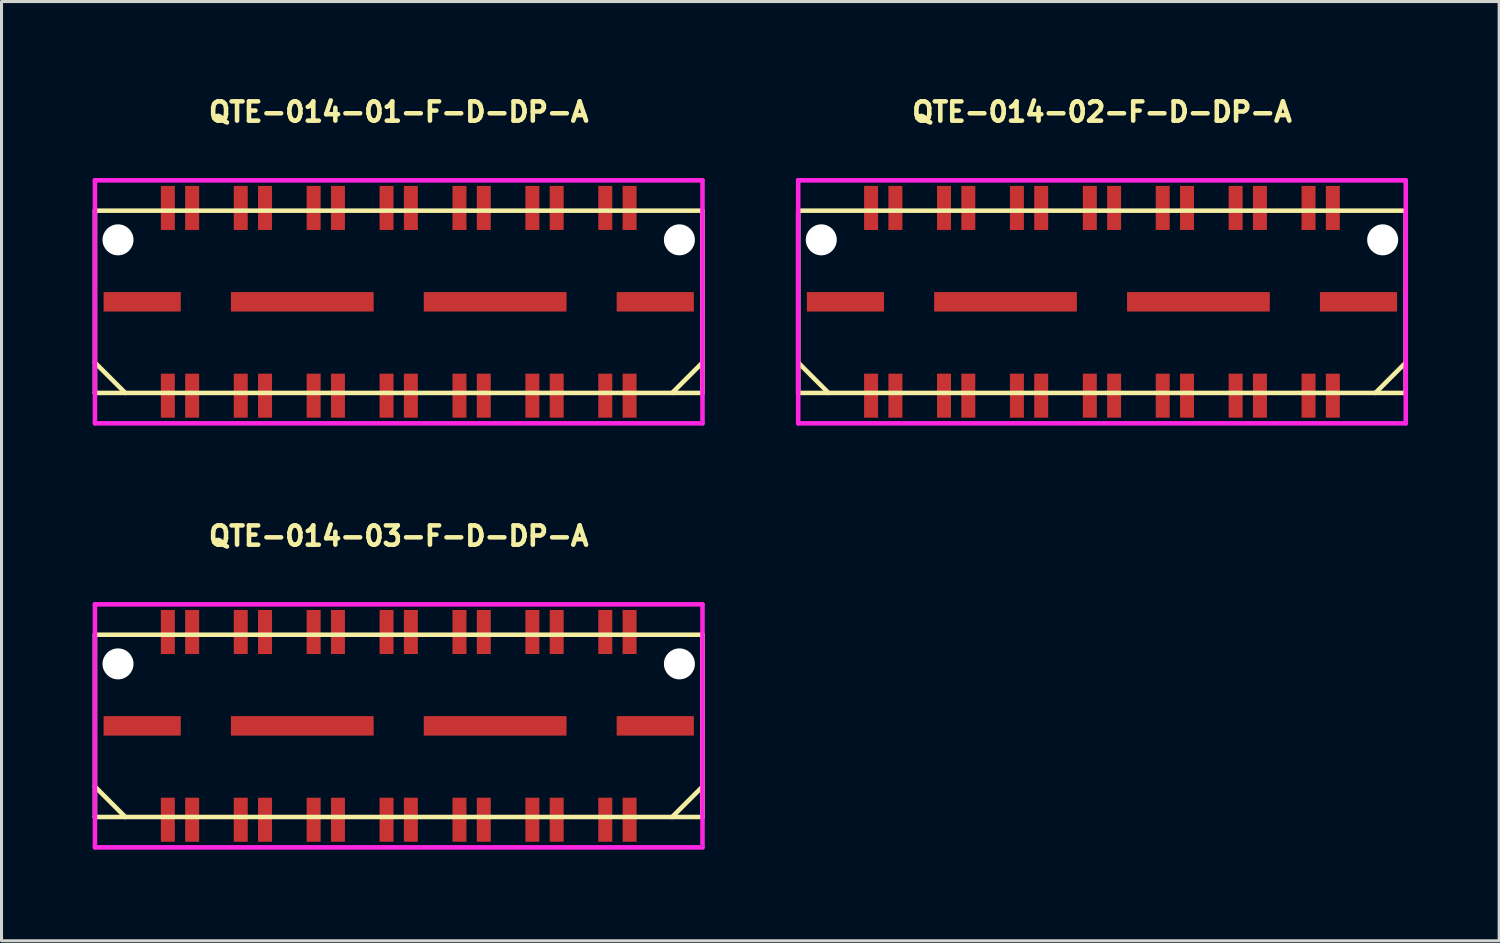
<source format=kicad_pcb>
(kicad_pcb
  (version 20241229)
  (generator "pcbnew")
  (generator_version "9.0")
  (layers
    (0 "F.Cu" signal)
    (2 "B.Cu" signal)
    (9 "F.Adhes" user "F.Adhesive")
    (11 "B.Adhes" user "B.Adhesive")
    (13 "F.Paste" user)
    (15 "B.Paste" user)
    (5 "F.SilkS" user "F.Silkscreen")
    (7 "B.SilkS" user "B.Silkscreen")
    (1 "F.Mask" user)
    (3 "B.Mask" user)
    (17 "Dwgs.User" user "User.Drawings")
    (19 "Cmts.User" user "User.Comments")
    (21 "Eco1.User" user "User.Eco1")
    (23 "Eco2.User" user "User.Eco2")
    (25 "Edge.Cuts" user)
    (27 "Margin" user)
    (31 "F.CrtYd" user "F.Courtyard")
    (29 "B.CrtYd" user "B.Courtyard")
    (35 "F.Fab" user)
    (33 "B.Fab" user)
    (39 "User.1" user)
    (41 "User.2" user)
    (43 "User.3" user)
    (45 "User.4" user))
  (footprint "QTE-014-03-F-D-DP-A"
    (layer "F.Cu")
    (at 10.075 20.844)
    (property "Reference" "QTE-014-03-F-D-DP-A" (at 0 -6.25 0) (layer "F.SilkS") (effects (font (size 0.635 0.635) (thickness 0.15))))
    (attr smd)
    (fp_line (start -10 -3) (end 10 -3) (stroke (width 0.15) (type solid)) (layer "F.SilkS"))
    (fp_line (start -10 2) (end -9 3) (stroke (width 0.15) (type solid)) (layer "F.SilkS"))
    (fp_line (start -10 3) (end -10 -3) (stroke (width 0.15) (type solid)) (layer "F.SilkS"))
    (fp_line (start 10 -3) (end 10 3) (stroke (width 0.15) (type solid)) (layer "F.SilkS"))
    (fp_line (start 10 2) (end 9 3) (stroke (width 0.15) (type solid)) (layer "F.SilkS"))
    (fp_line (start 10 3) (end -10 3) (stroke (width 0.15) (type solid)) (layer "F.SilkS"))
    (fp_line (start -10 -4) (end 10 -4) (stroke (width 0.15) (type solid)) (layer "F.CrtYd"))
    (fp_line (start -10 4) (end -10 -4) (stroke (width 0.15) (type solid)) (layer "F.CrtYd"))
    (fp_line (start 10 -4) (end 10 4) (stroke (width 0.15) (type solid)) (layer "F.CrtYd"))
    (fp_line (start 10 4) (end -10 4) (stroke (width 0.15) (type solid)) (layer "F.CrtYd"))
    (pad "" np_thru_hole circle (at -9.24 -2.04) (size 1.02 1.02) (drill 1.02) (layers "*.Cu" "*.Mask"))
    (pad "" np_thru_hole circle (at 9.24 -2.04) (size 1.02 1.02) (drill 1.02) (layers "*.Cu" "*.Mask"))
    (pad "1" smd rect (at -7.6 -3.09) (size 0.46 1.45) (layers "F.Cu" "F.Mask" "F.Paste"))
    (pad "2" smd rect (at -7.6 3.09) (size 0.46 1.45) (layers "F.Cu" "F.Mask" "F.Paste"))
    (pad "3" smd rect (at -6.8 -3.09) (size 0.46 1.45) (layers "F.Cu" "F.Mask" "F.Paste"))
    (pad "4" smd rect (at -6.8 3.09) (size 0.46 1.45) (layers "F.Cu" "F.Mask" "F.Paste"))
    (pad "5" smd rect (at -5.2 -3.09) (size 0.46 1.45) (layers "F.Cu" "F.Mask" "F.Paste"))
    (pad "6" smd rect (at -5.2 3.09) (size 0.46 1.45) (layers "F.Cu" "F.Mask" "F.Paste"))
    (pad "7" smd rect (at -4.4 -3.09) (size 0.46 1.45) (layers "F.Cu" "F.Mask" "F.Paste"))
    (pad "8" smd rect (at -4.4 3.09) (size 0.46 1.45) (layers "F.Cu" "F.Mask" "F.Paste"))
    (pad "9" smd rect (at -2.8 -3.09) (size 0.46 1.45) (layers "F.Cu" "F.Mask" "F.Paste"))
    (pad "10" smd rect (at -2.8 3.09) (size 0.46 1.45) (layers "F.Cu" "F.Mask" "F.Paste"))
    (pad "11" smd rect (at -2 -3.09) (size 0.46 1.45) (layers "F.Cu" "F.Mask" "F.Paste"))
    (pad "12" smd rect (at -2 3.09) (size 0.46 1.45) (layers "F.Cu" "F.Mask" "F.Paste"))
    (pad "13" smd rect (at -0.4 -3.09) (size 0.46 1.45) (layers "F.Cu" "F.Mask" "F.Paste"))
    (pad "14" smd rect (at -0.4 3.09) (size 0.46 1.45) (layers "F.Cu" "F.Mask" "F.Paste"))
    (pad "15" smd rect (at 0.4 -3.09) (size 0.46 1.45) (layers "F.Cu" "F.Mask" "F.Paste"))
    (pad "16" smd rect (at 0.4 3.09) (size 0.46 1.45) (layers "F.Cu" "F.Mask" "F.Paste"))
    (pad "17" smd rect (at 2 -3.09) (size 0.46 1.45) (layers "F.Cu" "F.Mask" "F.Paste"))
    (pad "18" smd rect (at 2 3.09) (size 0.46 1.45) (layers "F.Cu" "F.Mask" "F.Paste"))
    (pad "19" smd rect (at 2.8 -3.09) (size 0.46 1.45) (layers "F.Cu" "F.Mask" "F.Paste"))
    (pad "20" smd rect (at 2.8 3.09) (size 0.46 1.45) (layers "F.Cu" "F.Mask" "F.Paste"))
    (pad "21" smd rect (at 4.4 -3.09) (size 0.46 1.45) (layers "F.Cu" "F.Mask" "F.Paste"))
    (pad "22" smd rect (at 4.4 3.09) (size 0.46 1.45) (layers "F.Cu" "F.Mask" "F.Paste"))
    (pad "23" smd rect (at 5.2 -3.09) (size 0.46 1.45) (layers "F.Cu" "F.Mask" "F.Paste"))
    (pad "24" smd rect (at 5.2 3.09) (size 0.46 1.45) (layers "F.Cu" "F.Mask" "F.Paste"))
    (pad "25" smd rect (at 6.8 -3.09) (size 0.46 1.45) (layers "F.Cu" "F.Mask" "F.Paste"))
    (pad "26" smd rect (at 6.8 3.09) (size 0.46 1.45) (layers "F.Cu" "F.Mask" "F.Paste"))
    (pad "27" smd rect (at 7.6 -3.09) (size 0.46 1.45) (layers "F.Cu" "F.Mask" "F.Paste"))
    (pad "28" smd rect (at 7.6 3.09) (size 0.46 1.45) (layers "F.Cu" "F.Mask" "F.Paste"))
    (pad "29" smd rect (at -8.445 0) (size 2.54 0.64) (layers "F.Cu" "F.Mask" "F.Paste"))
    (pad "29" smd rect (at -3.175 0) (size 4.7 0.64) (layers "F.Cu" "F.Mask" "F.Paste"))
    (pad "29" smd rect (at 3.175 0) (size 4.7 0.64) (layers "F.Cu" "F.Mask" "F.Paste"))
    (pad "29" smd rect (at 8.445 0) (size 2.54 0.64) (layers "F.Cu" "F.Mask" "F.Paste")))
  (footprint "QTE-014-01-F-D-DP-A"
    (layer "F.Cu")
    (at 10.075 6.885)
    (property "Reference" "QTE-014-01-F-D-DP-A" (at 0 -6.25 0) (layer "F.SilkS") (effects (font (size 0.635 0.635) (thickness 0.15))))
    (attr through_hole)
    (fp_line (start -10 -3) (end 10 -3) (stroke (width 0.15) (type solid)) (layer "F.SilkS"))
    (fp_line (start -10 2) (end -9 3) (stroke (width 0.15) (type solid)) (layer "F.SilkS"))
    (fp_line (start -10 3) (end -10 -3) (stroke (width 0.15) (type solid)) (layer "F.SilkS"))
    (fp_line (start 10 -3) (end 10 3) (stroke (width 0.15) (type solid)) (layer "F.SilkS"))
    (fp_line (start 10 2) (end 9 3) (stroke (width 0.15) (type solid)) (layer "F.SilkS"))
    (fp_line (start 10 3) (end -10 3) (stroke (width 0.15) (type solid)) (layer "F.SilkS"))
    (fp_line (start -10 -4) (end 10 -4) (stroke (width 0.15) (type solid)) (layer "F.CrtYd"))
    (fp_line (start -10 4) (end -10 -4) (stroke (width 0.15) (type solid)) (layer "F.CrtYd"))
    (fp_line (start 10 -4) (end 10 4) (stroke (width 0.15) (type solid)) (layer "F.CrtYd"))
    (fp_line (start 10 4) (end -10 4) (stroke (width 0.15) (type solid)) (layer "F.CrtYd"))
    (pad "" np_thru_hole circle (at -9.24 -2.04) (size 1.02 1.02) (drill 1.02) (layers "*.Cu" "*.Mask"))
    (pad "" np_thru_hole circle (at 9.24 -2.04) (size 1.02 1.02) (drill 1.02) (layers "*.Cu" "*.Mask"))
    (pad "1" smd rect (at -7.6 -3.09) (size 0.46 1.45) (layers "F.Cu" "F.Mask" "F.Paste"))
    (pad "2" smd rect (at -7.6 3.09) (size 0.46 1.45) (layers "F.Cu" "F.Mask" "F.Paste"))
    (pad "3" smd rect (at -6.8 -3.09) (size 0.46 1.45) (layers "F.Cu" "F.Mask" "F.Paste"))
    (pad "4" smd rect (at -6.8 3.09) (size 0.46 1.45) (layers "F.Cu" "F.Mask" "F.Paste"))
    (pad "5" smd rect (at -5.2 -3.09) (size 0.46 1.45) (layers "F.Cu" "F.Mask" "F.Paste"))
    (pad "6" smd rect (at -5.2 3.09) (size 0.46 1.45) (layers "F.Cu" "F.Mask" "F.Paste"))
    (pad "7" smd rect (at -4.4 -3.09) (size 0.46 1.45) (layers "F.Cu" "F.Mask" "F.Paste"))
    (pad "8" smd rect (at -4.4 3.09) (size 0.46 1.45) (layers "F.Cu" "F.Mask" "F.Paste"))
    (pad "9" smd rect (at -2.8 -3.09) (size 0.46 1.45) (layers "F.Cu" "F.Mask" "F.Paste"))
    (pad "10" smd rect (at -2.8 3.09) (size 0.46 1.45) (layers "F.Cu" "F.Mask" "F.Paste"))
    (pad "11" smd rect (at -2 -3.09) (size 0.46 1.45) (layers "F.Cu" "F.Mask" "F.Paste"))
    (pad "12" smd rect (at -2 3.09) (size 0.46 1.45) (layers "F.Cu" "F.Mask" "F.Paste"))
    (pad "13" smd rect (at -0.4 -3.09) (size 0.46 1.45) (layers "F.Cu" "F.Mask" "F.Paste"))
    (pad "14" smd rect (at -0.4 3.09) (size 0.46 1.45) (layers "F.Cu" "F.Mask" "F.Paste"))
    (pad "15" smd rect (at 0.4 -3.09) (size 0.46 1.45) (layers "F.Cu" "F.Mask" "F.Paste"))
    (pad "16" smd rect (at 0.4 3.09) (size 0.46 1.45) (layers "F.Cu" "F.Mask" "F.Paste"))
    (pad "17" smd rect (at 2 -3.09) (size 0.46 1.45) (layers "F.Cu" "F.Mask" "F.Paste"))
    (pad "18" smd rect (at 2 3.09) (size 0.46 1.45) (layers "F.Cu" "F.Mask" "F.Paste"))
    (pad "19" smd rect (at 2.8 -3.09) (size 0.46 1.45) (layers "F.Cu" "F.Mask" "F.Paste"))
    (pad "20" smd rect (at 2.8 3.09) (size 0.46 1.45) (layers "F.Cu" "F.Mask" "F.Paste"))
    (pad "21" smd rect (at 4.4 -3.09) (size 0.46 1.45) (layers "F.Cu" "F.Mask" "F.Paste"))
    (pad "22" smd rect (at 4.4 3.09) (size 0.46 1.45) (layers "F.Cu" "F.Mask" "F.Paste"))
    (pad "23" smd rect (at 5.2 -3.09) (size 0.46 1.45) (layers "F.Cu" "F.Mask" "F.Paste"))
    (pad "24" smd rect (at 5.2 3.09) (size 0.46 1.45) (layers "F.Cu" "F.Mask" "F.Paste"))
    (pad "25" smd rect (at 6.8 -3.09) (size 0.46 1.45) (layers "F.Cu" "F.Mask" "F.Paste"))
    (pad "26" smd rect (at 6.8 3.09) (size 0.46 1.45) (layers "F.Cu" "F.Mask" "F.Paste"))
    (pad "27" smd rect (at 7.6 -3.09) (size 0.46 1.45) (layers "F.Cu" "F.Mask" "F.Paste"))
    (pad "28" smd rect (at 7.6 3.09) (size 0.46 1.45) (layers "F.Cu" "F.Mask" "F.Paste"))
    (pad "29" smd rect (at -8.445 0) (size 2.54 0.64) (layers "F.Cu" "F.Mask" "F.Paste"))
    (pad "29" smd rect (at -3.175 0) (size 4.7 0.64) (layers "F.Cu" "F.Mask" "F.Paste"))
    (pad "29" smd rect (at 3.175 0) (size 4.7 0.64) (layers "F.Cu" "F.Mask" "F.Paste"))
    (pad "29" smd rect (at 8.445 0) (size 2.54 0.64) (layers "F.Cu" "F.Mask" "F.Paste")))
  (footprint "QTE-014-02-F-D-DP-A"
    (layer "F.Cu")
    (at 33.225 6.885)
    (property "Reference" "QTE-014-02-F-D-DP-A" (at 0 -6.25 0) (layer "F.SilkS") (effects (font (size 0.635 0.635) (thickness 0.15))))
    (attr through_hole)
    (fp_line (start -10 -3) (end 10 -3) (stroke (width 0.15) (type solid)) (layer "F.SilkS"))
    (fp_line (start -10 2) (end -9 3) (stroke (width 0.15) (type solid)) (layer "F.SilkS"))
    (fp_line (start -10 3) (end -10 -3) (stroke (width 0.15) (type solid)) (layer "F.SilkS"))
    (fp_line (start 10 -3) (end 10 3) (stroke (width 0.15) (type solid)) (layer "F.SilkS"))
    (fp_line (start 10 2) (end 9 3) (stroke (width 0.15) (type solid)) (layer "F.SilkS"))
    (fp_line (start 10 3) (end -10 3) (stroke (width 0.15) (type solid)) (layer "F.SilkS"))
    (fp_line (start -10 -4) (end 10 -4) (stroke (width 0.15) (type solid)) (layer "F.CrtYd"))
    (fp_line (start -10 4) (end -10 -4) (stroke (width 0.15) (type solid)) (layer "F.CrtYd"))
    (fp_line (start 10 -4) (end 10 4) (stroke (width 0.15) (type solid)) (layer "F.CrtYd"))
    (fp_line (start 10 4) (end -10 4) (stroke (width 0.15) (type solid)) (layer "F.CrtYd"))
    (pad "" np_thru_hole circle (at -9.24 -2.04) (size 1.02 1.02) (drill 1.02) (layers "*.Cu" "*.Mask"))
    (pad "" np_thru_hole circle (at 9.24 -2.04) (size 1.02 1.02) (drill 1.02) (layers "*.Cu" "*.Mask"))
    (pad "1" smd rect (at -7.6 -3.09) (size 0.46 1.45) (layers "F.Cu" "F.Mask" "F.Paste"))
    (pad "2" smd rect (at -7.6 3.09) (size 0.46 1.45) (layers "F.Cu" "F.Mask" "F.Paste"))
    (pad "3" smd rect (at -6.8 -3.09) (size 0.46 1.45) (layers "F.Cu" "F.Mask" "F.Paste"))
    (pad "4" smd rect (at -6.8 3.09) (size 0.46 1.45) (layers "F.Cu" "F.Mask" "F.Paste"))
    (pad "5" smd rect (at -5.2 -3.09) (size 0.46 1.45) (layers "F.Cu" "F.Mask" "F.Paste"))
    (pad "6" smd rect (at -5.2 3.09) (size 0.46 1.45) (layers "F.Cu" "F.Mask" "F.Paste"))
    (pad "7" smd rect (at -4.4 -3.09) (size 0.46 1.45) (layers "F.Cu" "F.Mask" "F.Paste"))
    (pad "8" smd rect (at -4.4 3.09) (size 0.46 1.45) (layers "F.Cu" "F.Mask" "F.Paste"))
    (pad "9" smd rect (at -2.8 -3.09) (size 0.46 1.45) (layers "F.Cu" "F.Mask" "F.Paste"))
    (pad "10" smd rect (at -2.8 3.09) (size 0.46 1.45) (layers "F.Cu" "F.Mask" "F.Paste"))
    (pad "11" smd rect (at -2 -3.09) (size 0.46 1.45) (layers "F.Cu" "F.Mask" "F.Paste"))
    (pad "12" smd rect (at -2 3.09) (size 0.46 1.45) (layers "F.Cu" "F.Mask" "F.Paste"))
    (pad "13" smd rect (at -0.4 -3.09) (size 0.46 1.45) (layers "F.Cu" "F.Mask" "F.Paste"))
    (pad "14" smd rect (at -0.4 3.09) (size 0.46 1.45) (layers "F.Cu" "F.Mask" "F.Paste"))
    (pad "15" smd rect (at 0.4 -3.09) (size 0.46 1.45) (layers "F.Cu" "F.Mask" "F.Paste"))
    (pad "16" smd rect (at 0.4 3.09) (size 0.46 1.45) (layers "F.Cu" "F.Mask" "F.Paste"))
    (pad "17" smd rect (at 2 -3.09) (size 0.46 1.45) (layers "F.Cu" "F.Mask" "F.Paste"))
    (pad "18" smd rect (at 2 3.09) (size 0.46 1.45) (layers "F.Cu" "F.Mask" "F.Paste"))
    (pad "19" smd rect (at 2.8 -3.09) (size 0.46 1.45) (layers "F.Cu" "F.Mask" "F.Paste"))
    (pad "20" smd rect (at 2.8 3.09) (size 0.46 1.45) (layers "F.Cu" "F.Mask" "F.Paste"))
    (pad "21" smd rect (at 4.4 -3.09) (size 0.46 1.45) (layers "F.Cu" "F.Mask" "F.Paste"))
    (pad "22" smd rect (at 4.4 3.09) (size 0.46 1.45) (layers "F.Cu" "F.Mask" "F.Paste"))
    (pad "23" smd rect (at 5.2 -3.09) (size 0.46 1.45) (layers "F.Cu" "F.Mask" "F.Paste"))
    (pad "24" smd rect (at 5.2 3.09) (size 0.46 1.45) (layers "F.Cu" "F.Mask" "F.Paste"))
    (pad "25" smd rect (at 6.8 -3.09) (size 0.46 1.45) (layers "F.Cu" "F.Mask" "F.Paste"))
    (pad "26" smd rect (at 6.8 3.09) (size 0.46 1.45) (layers "F.Cu" "F.Mask" "F.Paste"))
    (pad "27" smd rect (at 7.6 -3.09) (size 0.46 1.45) (layers "F.Cu" "F.Mask" "F.Paste"))
    (pad "28" smd rect (at 7.6 3.09) (size 0.46 1.45) (layers "F.Cu" "F.Mask" "F.Paste"))
    (pad "29" smd rect (at -8.445 0) (size 2.54 0.64) (layers "F.Cu" "F.Mask" "F.Paste"))
    (pad "29" smd rect (at -3.175 0) (size 4.7 0.64) (layers "F.Cu" "F.Mask" "F.Paste"))
    (pad "29" smd rect (at 3.175 0) (size 4.7 0.64) (layers "F.Cu" "F.Mask" "F.Paste"))
    (pad "29" smd rect (at 8.445 0) (size 2.54 0.64) (layers "F.Cu" "F.Mask" "F.Paste")))
  (gr_rect
    (start -3 -3)
    (end 46.3 27.919)
    (stroke (width 0.1) (type default))
    (fill no)
    (layer "Edge.Cuts")))
</source>
